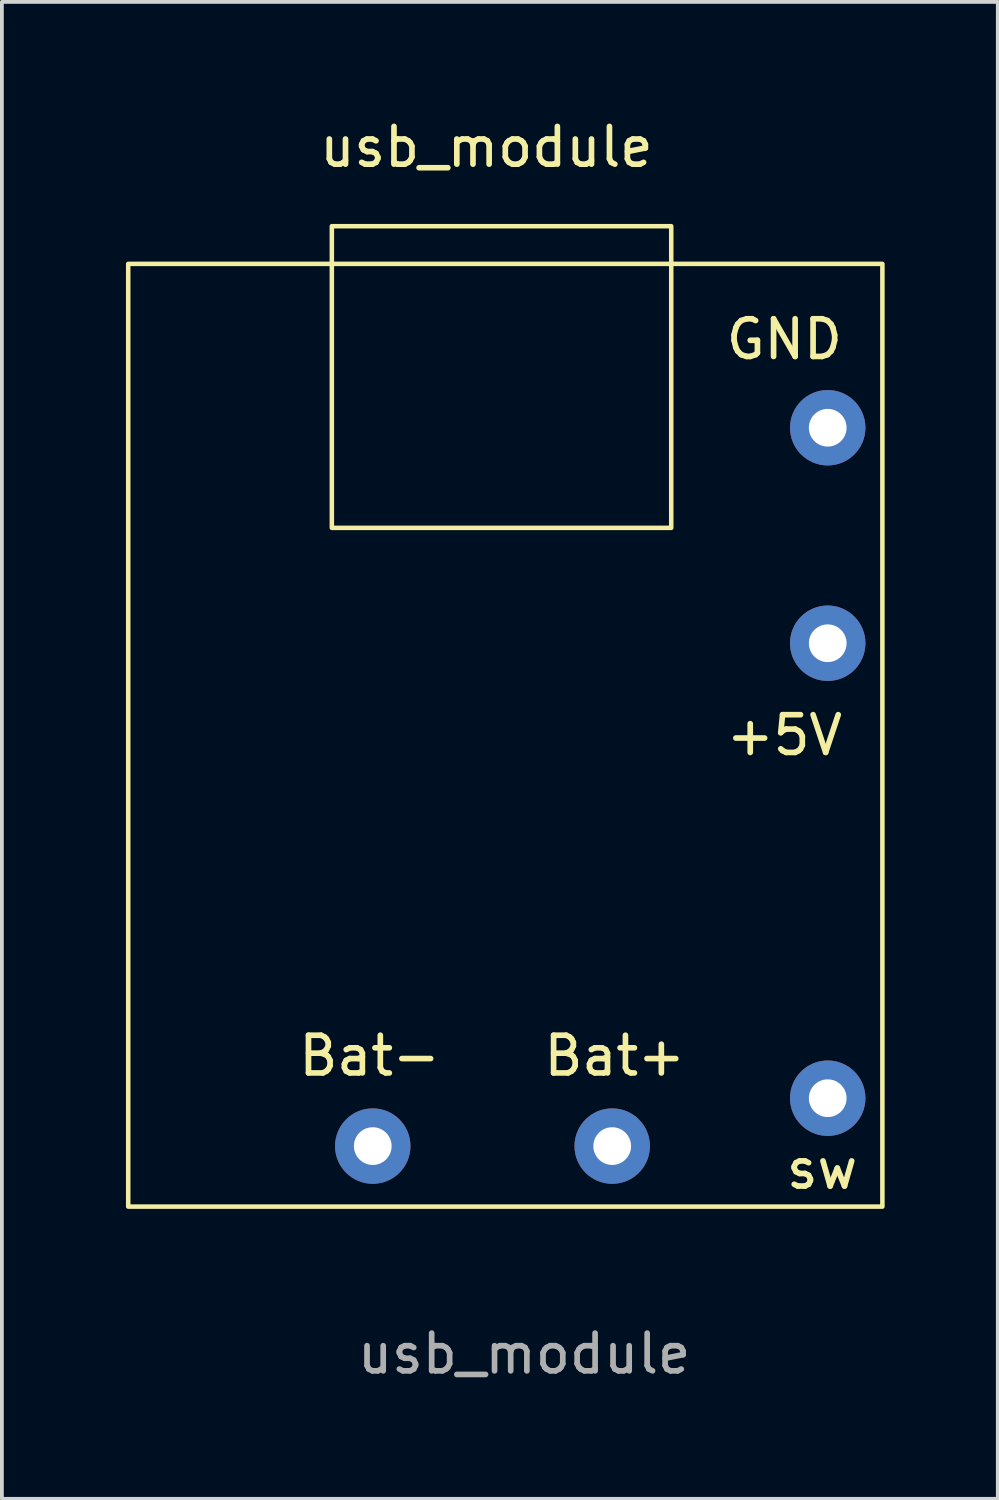
<source format=kicad_pcb>
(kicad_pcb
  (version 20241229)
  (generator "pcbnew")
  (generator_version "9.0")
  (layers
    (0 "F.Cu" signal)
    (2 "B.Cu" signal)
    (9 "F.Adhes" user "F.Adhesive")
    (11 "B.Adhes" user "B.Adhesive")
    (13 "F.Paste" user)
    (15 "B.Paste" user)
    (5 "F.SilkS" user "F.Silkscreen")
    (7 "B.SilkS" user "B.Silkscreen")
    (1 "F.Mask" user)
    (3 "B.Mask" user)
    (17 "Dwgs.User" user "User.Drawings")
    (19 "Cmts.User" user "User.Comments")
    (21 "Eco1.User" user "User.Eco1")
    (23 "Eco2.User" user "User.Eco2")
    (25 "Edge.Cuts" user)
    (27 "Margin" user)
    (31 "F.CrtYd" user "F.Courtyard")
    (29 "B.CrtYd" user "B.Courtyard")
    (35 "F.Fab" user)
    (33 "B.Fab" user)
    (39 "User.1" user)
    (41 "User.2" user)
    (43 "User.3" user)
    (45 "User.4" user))
  (footprint "usb_module"
    (layer "F.Cu")
    (at 0.25 3.948)
    (property "Reference" "usb_module" (at 9.6 -3.1 0) (unlocked yes) (layer "F.SilkS") (effects (font (size 1 1) (thickness 0.15))))
    (attr through_hole)
    (fp_rect (start 0.1 0) (end 20.1 25) (stroke (width 0.12) (type solid)) (fill no) (layer "F.SilkS"))
    (fp_rect (start 5.5 -1) (end 14.5 7) (stroke (width 0.12) (type solid)) (fill no) (layer "F.SilkS"))
    (fp_text user "GND" (at 17.5 2 0) (unlocked yes) (layer "F.SilkS") (effects (font (size 1 1) (thickness 0.15))))
    (fp_text user "Bat+" (at 13 21 0) (unlocked yes) (layer "F.SilkS") (effects (font (size 1 1) (thickness 0.15))))
    (fp_text user "+5V" (at 17.5 12.5 0) (unlocked yes) (layer "F.SilkS") (effects (font (size 1 1) (thickness 0.15))))
    (fp_text user "Bat-" (at 6.5 21 0) (unlocked yes) (layer "F.SilkS") (effects (font (size 1 1) (thickness 0.15))))
    (fp_text user "sw" (at 18.5 24 0) (unlocked yes) (layer "F.SilkS") (effects (font (size 1 1) (thickness 0.15))))
    (fp_text user "${REFERENCE}" (at 10.6 28.9 0) (unlocked yes) (layer "F.Fab") (effects (font (size 1 1) (thickness 0.15))))
    (pad "1" thru_hole circle (at 12.935 23.395) (size 2 2) (drill 1) (layers "*.Cu" "*.Mask"))
    (pad "2" thru_hole circle (at 6.585 23.395) (size 2 2) (drill 1) (layers "*.Cu" "*.Mask"))
    (pad "3" thru_hole circle (at 18.65 10.06) (size 2 2) (drill 1) (layers "*.Cu" "*.Mask"))
    (pad "4" thru_hole circle (at 18.65 4.345) (size 2 2) (drill 1) (layers "*.Cu" "*.Mask"))
    (pad "5" thru_hole circle (at 18.65 22.125) (size 2 2) (drill 1) (layers "*.Cu" "*.Mask")))
  (gr_rect
    (start -3 -3)
    (end 23.41 36.697)
    (stroke (width 0.1) (type default))
    (fill no)
    (layer "Edge.Cuts")))
</source>
